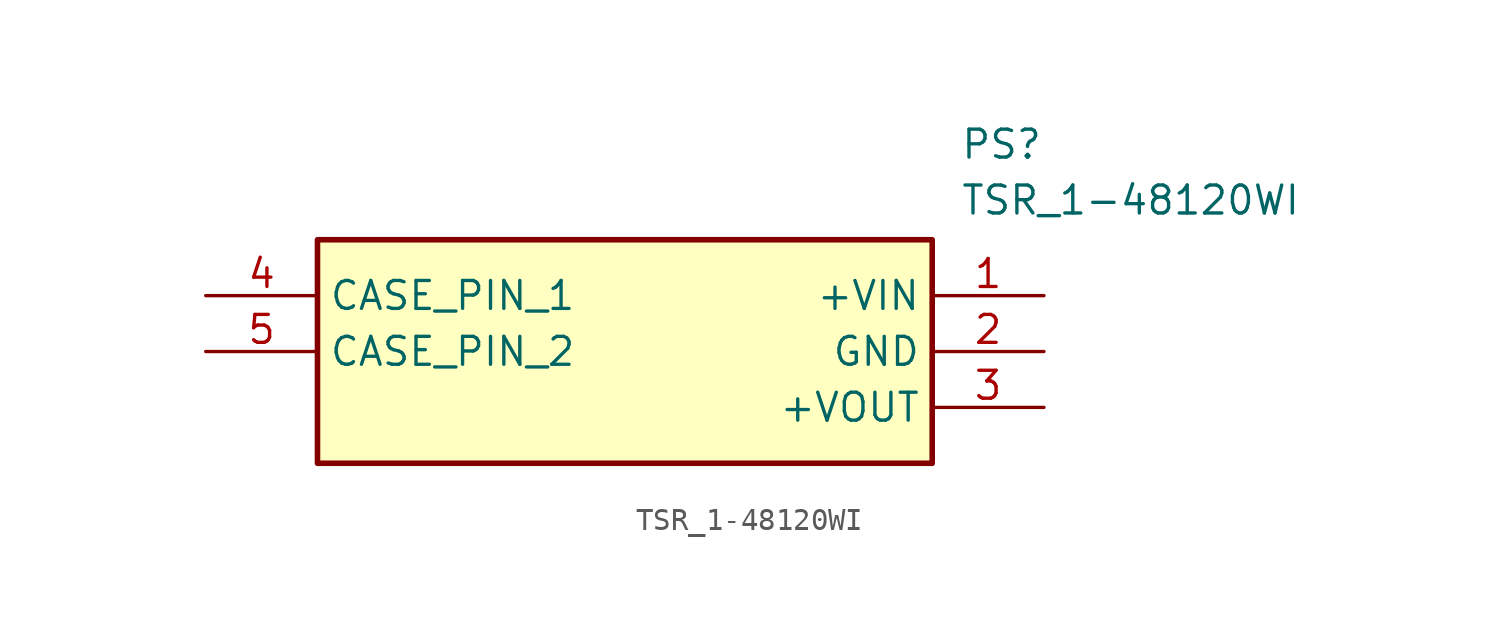
<source format=kicad_sym>
(kicad_symbol_lib
  (version 20211014)
  (generator SamacSys_ECAD_Model)
  (symbol "TSR_1-48120WI"
    (property "Reference" "PS"
      (at 34.29 7.62 0)
      (effects (font (size 1.27 1.27)) (justify left top)))
    (property "Value" "TSR_1-48120WI"
      (at 34.29 5.08 0)
      (effects (font (size 1.27 1.27)) (justify left top)))
    (rectangle
      (start 5.08 2.54)
      (end 33.02 -7.62)
      (stroke (width 0.254) (type default))
      (fill (type background)))
    (pin passive line
      (at 38.1 0 180)
      (length 5.08)
      (name "+VIN" (effects (font (size 1.27 1.27))))
      (number "1" (effects (font (size 1.27 1.27)))))
    (pin passive line
      (at 38.1 -2.54 180)
      (length 5.08)
      (name "GND" (effects (font (size 1.27 1.27))))
      (number "2" (effects (font (size 1.27 1.27)))))
    (pin passive line
      (at 38.1 -5.08 180)
      (length 5.08)
      (name "+VOUT" (effects (font (size 1.27 1.27))))
      (number "3" (effects (font (size 1.27 1.27)))))
    (pin passive line
      (at 0 0 0)
      (length 5.08)
      (name "CASE_PIN_1" (effects (font (size 1.27 1.27))))
      (number "4" (effects (font (size 1.27 1.27)))))
    (pin passive line
      (at 0 -2.54 0)
      (length 5.08)
      (name "CASE_PIN_2" (effects (font (size 1.27 1.27))))
      (number "5" (effects (font (size 1.27 1.27)))))))
</source>
